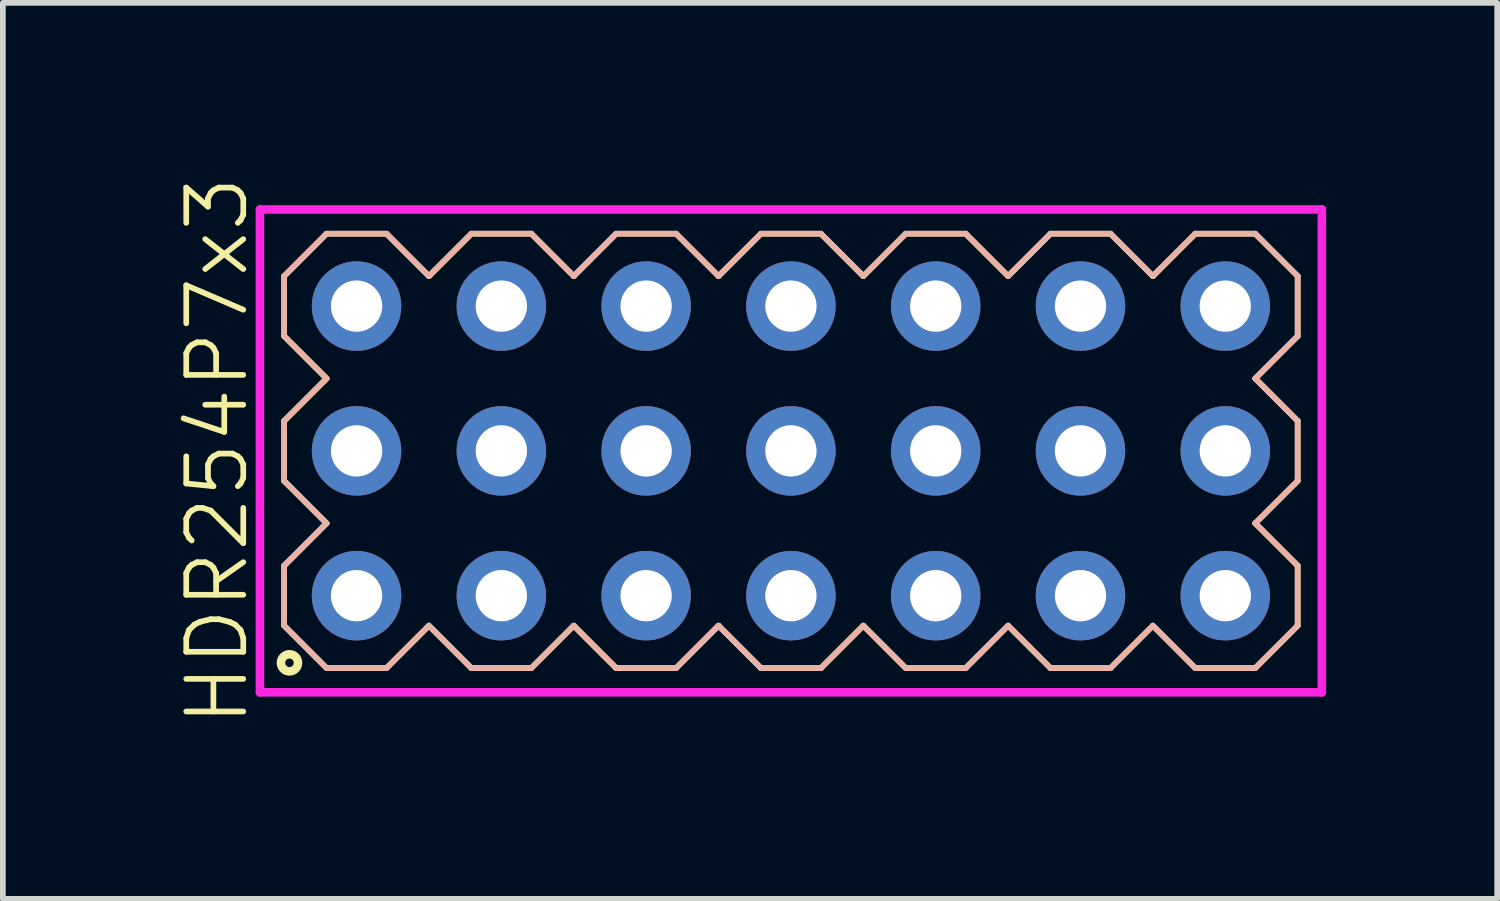
<source format=kicad_pcb>
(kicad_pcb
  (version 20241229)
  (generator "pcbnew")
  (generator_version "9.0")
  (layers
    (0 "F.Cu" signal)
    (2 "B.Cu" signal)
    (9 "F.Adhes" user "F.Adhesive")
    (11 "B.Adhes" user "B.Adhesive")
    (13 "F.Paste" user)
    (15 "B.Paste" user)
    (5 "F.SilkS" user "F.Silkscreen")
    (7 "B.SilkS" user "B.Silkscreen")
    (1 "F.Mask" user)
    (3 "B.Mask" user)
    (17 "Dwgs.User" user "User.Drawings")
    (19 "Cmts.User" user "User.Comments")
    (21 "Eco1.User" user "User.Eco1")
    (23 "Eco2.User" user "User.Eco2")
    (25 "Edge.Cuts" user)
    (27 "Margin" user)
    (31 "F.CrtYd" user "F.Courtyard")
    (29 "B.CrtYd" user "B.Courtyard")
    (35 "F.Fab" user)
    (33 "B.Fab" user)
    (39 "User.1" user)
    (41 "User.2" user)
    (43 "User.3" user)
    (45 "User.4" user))
  (footprint "HDR254P7x3"
    (layer "F.Cu")
    (at 10.825 4.86)
    (property "Reference" "HDR254P7x3" (at -10.065 0 90) (layer "F.SilkS") (effects (font (size 1 1) (thickness 0.1))))
    (attr through_hole)
    (fp_line (start -8.89 -3.066) (end -8.146 -3.81) (stroke (width 0.1) (type solid)) (layer "F.SilkS"))
    (fp_line (start -8.89 -2.014) (end -8.89 -3.066) (stroke (width 0.1) (type solid)) (layer "F.SilkS"))
    (fp_line (start -8.89 -0.526) (end -8.146 -1.27) (stroke (width 0.1) (type solid)) (layer "F.SilkS"))
    (fp_line (start -8.89 0.526) (end -8.89 -0.526) (stroke (width 0.1) (type solid)) (layer "F.SilkS"))
    (fp_line (start -8.89 2.014) (end -8.146 1.27) (stroke (width 0.1) (type solid)) (layer "F.SilkS"))
    (fp_line (start -8.89 3.066) (end -8.89 2.014) (stroke (width 0.1) (type solid)) (layer "F.SilkS"))
    (fp_line (start -8.146 -3.81) (end -7.094 -3.81) (stroke (width 0.1) (type solid)) (layer "F.SilkS"))
    (fp_line (start -8.146 -1.27) (end -8.89 -2.014) (stroke (width 0.1) (type solid)) (layer "F.SilkS"))
    (fp_line (start -8.146 1.27) (end -8.89 0.526) (stroke (width 0.1) (type solid)) (layer "F.SilkS"))
    (fp_line (start -8.146 3.81) (end -8.89 3.066) (stroke (width 0.1) (type solid)) (layer "F.SilkS"))
    (fp_line (start -7.094 -3.81) (end -6.35 -3.066) (stroke (width 0.1) (type solid)) (layer "F.SilkS"))
    (fp_line (start -7.094 3.81) (end -8.146 3.81) (stroke (width 0.1) (type solid)) (layer "F.SilkS"))
    (fp_line (start -6.35 -3.066) (end -5.606 -3.81) (stroke (width 0.1) (type solid)) (layer "F.SilkS"))
    (fp_line (start -6.35 3.066) (end -7.094 3.81) (stroke (width 0.1) (type solid)) (layer "F.SilkS"))
    (fp_line (start -5.606 -3.81) (end -4.554 -3.81) (stroke (width 0.1) (type solid)) (layer "F.SilkS"))
    (fp_line (start -5.606 3.81) (end -6.35 3.066) (stroke (width 0.1) (type solid)) (layer "F.SilkS"))
    (fp_line (start -4.554 -3.81) (end -3.81 -3.066) (stroke (width 0.1) (type solid)) (layer "F.SilkS"))
    (fp_line (start -4.554 3.81) (end -5.606 3.81) (stroke (width 0.1) (type solid)) (layer "F.SilkS"))
    (fp_line (start -3.81 -3.066) (end -3.066 -3.81) (stroke (width 0.1) (type solid)) (layer "F.SilkS"))
    (fp_line (start -3.81 3.066) (end -4.554 3.81) (stroke (width 0.1) (type solid)) (layer "F.SilkS"))
    (fp_line (start -3.066 -3.81) (end -2.014 -3.81) (stroke (width 0.1) (type solid)) (layer "F.SilkS"))
    (fp_line (start -3.066 3.81) (end -3.81 3.066) (stroke (width 0.1) (type solid)) (layer "F.SilkS"))
    (fp_line (start -2.014 -3.81) (end -1.27 -3.066) (stroke (width 0.1) (type solid)) (layer "F.SilkS"))
    (fp_line (start -2.014 3.81) (end -3.066 3.81) (stroke (width 0.1) (type solid)) (layer "F.SilkS"))
    (fp_line (start -1.27 -3.066) (end -0.526 -3.81) (stroke (width 0.1) (type solid)) (layer "F.SilkS"))
    (fp_line (start -1.27 3.066) (end -2.014 3.81) (stroke (width 0.1) (type solid)) (layer "F.SilkS"))
    (fp_line (start -0.526 -3.81) (end 0.526 -3.81) (stroke (width 0.1) (type solid)) (layer "F.SilkS"))
    (fp_line (start -0.526 3.81) (end -1.27 3.066) (stroke (width 0.1) (type solid)) (layer "F.SilkS"))
    (fp_line (start 0.526 -3.81) (end 1.27 -3.066) (stroke (width 0.1) (type solid)) (layer "F.SilkS"))
    (fp_line (start 0.526 3.81) (end -0.526 3.81) (stroke (width 0.1) (type solid)) (layer "F.SilkS"))
    (fp_line (start 1.27 -3.066) (end 2.014 -3.81) (stroke (width 0.1) (type solid)) (layer "F.SilkS"))
    (fp_line (start 1.27 3.066) (end 0.526 3.81) (stroke (width 0.1) (type solid)) (layer "F.SilkS"))
    (fp_line (start 2.014 -3.81) (end 3.066 -3.81) (stroke (width 0.1) (type solid)) (layer "F.SilkS"))
    (fp_line (start 2.014 3.81) (end 1.27 3.066) (stroke (width 0.1) (type solid)) (layer "F.SilkS"))
    (fp_line (start 3.066 -3.81) (end 3.81 -3.066) (stroke (width 0.1) (type solid)) (layer "F.SilkS"))
    (fp_line (start 3.066 3.81) (end 2.014 3.81) (stroke (width 0.1) (type solid)) (layer "F.SilkS"))
    (fp_line (start 3.81 -3.066) (end 4.554 -3.81) (stroke (width 0.1) (type solid)) (layer "F.SilkS"))
    (fp_line (start 3.81 3.066) (end 3.066 3.81) (stroke (width 0.1) (type solid)) (layer "F.SilkS"))
    (fp_line (start 4.554 -3.81) (end 5.606 -3.81) (stroke (width 0.1) (type solid)) (layer "F.SilkS"))
    (fp_line (start 4.554 3.81) (end 3.81 3.066) (stroke (width 0.1) (type solid)) (layer "F.SilkS"))
    (fp_line (start 5.606 -3.81) (end 6.35 -3.066) (stroke (width 0.1) (type solid)) (layer "F.SilkS"))
    (fp_line (start 5.606 3.81) (end 4.554 3.81) (stroke (width 0.1) (type solid)) (layer "F.SilkS"))
    (fp_line (start 6.35 -3.066) (end 7.094 -3.81) (stroke (width 0.1) (type solid)) (layer "F.SilkS"))
    (fp_line (start 6.35 3.066) (end 5.606 3.81) (stroke (width 0.1) (type solid)) (layer "F.SilkS"))
    (fp_line (start 7.094 -3.81) (end 8.146 -3.81) (stroke (width 0.1) (type solid)) (layer "F.SilkS"))
    (fp_line (start 7.094 3.81) (end 6.35 3.066) (stroke (width 0.1) (type solid)) (layer "F.SilkS"))
    (fp_line (start 8.146 -3.81) (end 8.89 -3.066) (stroke (width 0.1) (type solid)) (layer "F.SilkS"))
    (fp_line (start 8.146 -1.27) (end 8.89 -0.526) (stroke (width 0.1) (type solid)) (layer "F.SilkS"))
    (fp_line (start 8.146 1.27) (end 8.89 2.014) (stroke (width 0.1) (type solid)) (layer "F.SilkS"))
    (fp_line (start 8.146 3.81) (end 7.094 3.81) (stroke (width 0.1) (type solid)) (layer "F.SilkS"))
    (fp_line (start 8.89 -3.066) (end 8.89 -2.014) (stroke (width 0.1) (type solid)) (layer "F.SilkS"))
    (fp_line (start 8.89 -2.014) (end 8.146 -1.27) (stroke (width 0.1) (type solid)) (layer "F.SilkS"))
    (fp_line (start 8.89 -0.526) (end 8.89 0.526) (stroke (width 0.1) (type solid)) (layer "F.SilkS"))
    (fp_line (start 8.89 0.526) (end 8.146 1.27) (stroke (width 0.1) (type solid)) (layer "F.SilkS"))
    (fp_line (start 8.89 2.014) (end 8.89 3.066) (stroke (width 0.1) (type solid)) (layer "F.SilkS"))
    (fp_line (start 8.89 3.066) (end 8.146 3.81) (stroke (width 0.1) (type solid)) (layer "F.SilkS"))
    (fp_circle (center -8.797 3.718) (end -8.647 3.718) (stroke (width 0.15) (type solid)) (fill no) (layer "F.SilkS"))
    (fp_line (start -8.89 -3.066) (end -8.146 -3.81) (stroke (width 0.1) (type solid)) (layer "B.SilkS"))
    (fp_line (start -8.89 -2.014) (end -8.89 -3.066) (stroke (width 0.1) (type solid)) (layer "B.SilkS"))
    (fp_line (start -8.89 -0.526) (end -8.146 -1.27) (stroke (width 0.1) (type solid)) (layer "B.SilkS"))
    (fp_line (start -8.89 0.526) (end -8.89 -0.526) (stroke (width 0.1) (type solid)) (layer "B.SilkS"))
    (fp_line (start -8.89 2.014) (end -8.146 1.27) (stroke (width 0.1) (type solid)) (layer "B.SilkS"))
    (fp_line (start -8.89 3.066) (end -8.89 2.014) (stroke (width 0.1) (type solid)) (layer "B.SilkS"))
    (fp_line (start -8.146 -3.81) (end -7.094 -3.81) (stroke (width 0.1) (type solid)) (layer "B.SilkS"))
    (fp_line (start -8.146 -1.27) (end -8.89 -2.014) (stroke (width 0.1) (type solid)) (layer "B.SilkS"))
    (fp_line (start -8.146 1.27) (end -8.89 0.526) (stroke (width 0.1) (type solid)) (layer "B.SilkS"))
    (fp_line (start -8.146 3.81) (end -8.89 3.066) (stroke (width 0.1) (type solid)) (layer "B.SilkS"))
    (fp_line (start -7.094 -3.81) (end -6.35 -3.066) (stroke (width 0.1) (type solid)) (layer "B.SilkS"))
    (fp_line (start -7.094 3.81) (end -8.146 3.81) (stroke (width 0.1) (type solid)) (layer "B.SilkS"))
    (fp_line (start -6.35 -3.066) (end -5.606 -3.81) (stroke (width 0.1) (type solid)) (layer "B.SilkS"))
    (fp_line (start -6.35 3.066) (end -7.094 3.81) (stroke (width 0.1) (type solid)) (layer "B.SilkS"))
    (fp_line (start -5.606 -3.81) (end -4.554 -3.81) (stroke (width 0.1) (type solid)) (layer "B.SilkS"))
    (fp_line (start -5.606 3.81) (end -6.35 3.066) (stroke (width 0.1) (type solid)) (layer "B.SilkS"))
    (fp_line (start -4.554 -3.81) (end -3.81 -3.066) (stroke (width 0.1) (type solid)) (layer "B.SilkS"))
    (fp_line (start -4.554 3.81) (end -5.606 3.81) (stroke (width 0.1) (type solid)) (layer "B.SilkS"))
    (fp_line (start -3.81 -3.066) (end -3.066 -3.81) (stroke (width 0.1) (type solid)) (layer "B.SilkS"))
    (fp_line (start -3.81 3.066) (end -4.554 3.81) (stroke (width 0.1) (type solid)) (layer "B.SilkS"))
    (fp_line (start -3.066 -3.81) (end -2.014 -3.81) (stroke (width 0.1) (type solid)) (layer "B.SilkS"))
    (fp_line (start -3.066 3.81) (end -3.81 3.066) (stroke (width 0.1) (type solid)) (layer "B.SilkS"))
    (fp_line (start -2.014 -3.81) (end -1.27 -3.066) (stroke (width 0.1) (type solid)) (layer "B.SilkS"))
    (fp_line (start -2.014 3.81) (end -3.066 3.81) (stroke (width 0.1) (type solid)) (layer "B.SilkS"))
    (fp_line (start -1.27 -3.066) (end -0.526 -3.81) (stroke (width 0.1) (type solid)) (layer "B.SilkS"))
    (fp_line (start -1.27 3.066) (end -2.014 3.81) (stroke (width 0.1) (type solid)) (layer "B.SilkS"))
    (fp_line (start -0.526 -3.81) (end 0.526 -3.81) (stroke (width 0.1) (type solid)) (layer "B.SilkS"))
    (fp_line (start -0.526 3.81) (end -1.27 3.066) (stroke (width 0.1) (type solid)) (layer "B.SilkS"))
    (fp_line (start 0.526 -3.81) (end 1.27 -3.066) (stroke (width 0.1) (type solid)) (layer "B.SilkS"))
    (fp_line (start 0.526 3.81) (end -0.526 3.81) (stroke (width 0.1) (type solid)) (layer "B.SilkS"))
    (fp_line (start 1.27 -3.066) (end 2.014 -3.81) (stroke (width 0.1) (type solid)) (layer "B.SilkS"))
    (fp_line (start 1.27 3.066) (end 0.526 3.81) (stroke (width 0.1) (type solid)) (layer "B.SilkS"))
    (fp_line (start 2.014 -3.81) (end 3.066 -3.81) (stroke (width 0.1) (type solid)) (layer "B.SilkS"))
    (fp_line (start 2.014 3.81) (end 1.27 3.066) (stroke (width 0.1) (type solid)) (layer "B.SilkS"))
    (fp_line (start 3.066 -3.81) (end 3.81 -3.066) (stroke (width 0.1) (type solid)) (layer "B.SilkS"))
    (fp_line (start 3.066 3.81) (end 2.014 3.81) (stroke (width 0.1) (type solid)) (layer "B.SilkS"))
    (fp_line (start 3.81 -3.066) (end 4.554 -3.81) (stroke (width 0.1) (type solid)) (layer "B.SilkS"))
    (fp_line (start 3.81 3.066) (end 3.066 3.81) (stroke (width 0.1) (type solid)) (layer "B.SilkS"))
    (fp_line (start 4.554 -3.81) (end 5.606 -3.81) (stroke (width 0.1) (type solid)) (layer "B.SilkS"))
    (fp_line (start 4.554 3.81) (end 3.81 3.066) (stroke (width 0.1) (type solid)) (layer "B.SilkS"))
    (fp_line (start 5.606 -3.81) (end 6.35 -3.066) (stroke (width 0.1) (type solid)) (layer "B.SilkS"))
    (fp_line (start 5.606 3.81) (end 4.554 3.81) (stroke (width 0.1) (type solid)) (layer "B.SilkS"))
    (fp_line (start 6.35 -3.066) (end 7.094 -3.81) (stroke (width 0.1) (type solid)) (layer "B.SilkS"))
    (fp_line (start 6.35 3.066) (end 5.606 3.81) (stroke (width 0.1) (type solid)) (layer "B.SilkS"))
    (fp_line (start 7.094 -3.81) (end 8.146 -3.81) (stroke (width 0.1) (type solid)) (layer "B.SilkS"))
    (fp_line (start 7.094 3.81) (end 6.35 3.066) (stroke (width 0.1) (type solid)) (layer "B.SilkS"))
    (fp_line (start 8.146 -3.81) (end 8.89 -3.066) (stroke (width 0.1) (type solid)) (layer "B.SilkS"))
    (fp_line (start 8.146 -1.27) (end 8.89 -0.526) (stroke (width 0.1) (type solid)) (layer "B.SilkS"))
    (fp_line (start 8.146 1.27) (end 8.89 2.014) (stroke (width 0.1) (type solid)) (layer "B.SilkS"))
    (fp_line (start 8.146 3.81) (end 7.094 3.81) (stroke (width 0.1) (type solid)) (layer "B.SilkS"))
    (fp_line (start 8.89 -3.066) (end 8.89 -2.014) (stroke (width 0.1) (type solid)) (layer "B.SilkS"))
    (fp_line (start 8.89 -2.014) (end 8.146 -1.27) (stroke (width 0.1) (type solid)) (layer "B.SilkS"))
    (fp_line (start 8.89 -0.526) (end 8.89 0.526) (stroke (width 0.1) (type solid)) (layer "B.SilkS"))
    (fp_line (start 8.89 0.526) (end 8.146 1.27) (stroke (width 0.1) (type solid)) (layer "B.SilkS"))
    (fp_line (start 8.89 2.014) (end 8.89 3.066) (stroke (width 0.1) (type solid)) (layer "B.SilkS"))
    (fp_line (start 8.89 3.066) (end 8.146 3.81) (stroke (width 0.1) (type solid)) (layer "B.SilkS"))
    (fp_line (start -9.315 -4.235) (end -9.315 4.235) (stroke (width 0.15) (type solid)) (layer "F.CrtYd"))
    (fp_line (start -9.315 4.235) (end 9.315 4.235) (stroke (width 0.15) (type solid)) (layer "F.CrtYd"))
    (fp_line (start 9.315 -4.235) (end -9.315 -4.235) (stroke (width 0.15) (type solid)) (layer "F.CrtYd"))
    (fp_line (start 9.315 4.235) (end 9.315 -4.235) (stroke (width 0.15) (type solid)) (layer "F.CrtYd"))
    (pad "1" thru_hole oval (at -7.62 2.54) (size 1.57 1.57) (drill 0.9) (layers "*.Cu" "*.Mask"))
    (pad "2" thru_hole oval (at -7.62 0) (size 1.57 1.57) (drill 0.9) (layers "*.Cu" "*.Mask"))
    (pad "3" thru_hole oval (at -7.62 -2.54) (size 1.57 1.57) (drill 0.9) (layers "*.Cu" "*.Mask"))
    (pad "4" thru_hole oval (at -5.08 2.54) (size 1.57 1.57) (drill 0.9) (layers "*.Cu" "*.Mask"))
    (pad "5" thru_hole oval (at -5.08 0) (size 1.57 1.57) (drill 0.9) (layers "*.Cu" "*.Mask"))
    (pad "6" thru_hole oval (at -5.08 -2.54) (size 1.57 1.57) (drill 0.9) (layers "*.Cu" "*.Mask"))
    (pad "7" thru_hole oval (at -2.54 2.54) (size 1.57 1.57) (drill 0.9) (layers "*.Cu" "*.Mask"))
    (pad "8" thru_hole oval (at -2.54 0) (size 1.57 1.57) (drill 0.9) (layers "*.Cu" "*.Mask"))
    (pad "9" thru_hole oval (at -2.54 -2.54) (size 1.57 1.57) (drill 0.9) (layers "*.Cu" "*.Mask"))
    (pad "10" thru_hole oval (at 0 2.54) (size 1.57 1.57) (drill 0.9) (layers "*.Cu" "*.Mask"))
    (pad "11" thru_hole oval (at 0 0) (size 1.57 1.57) (drill 0.9) (layers "*.Cu" "*.Mask"))
    (pad "12" thru_hole oval (at 0 -2.54) (size 1.57 1.57) (drill 0.9) (layers "*.Cu" "*.Mask"))
    (pad "13" thru_hole oval (at 2.54 2.54) (size 1.57 1.57) (drill 0.9) (layers "*.Cu" "*.Mask"))
    (pad "14" thru_hole oval (at 2.54 0) (size 1.57 1.57) (drill 0.9) (layers "*.Cu" "*.Mask"))
    (pad "15" thru_hole oval (at 2.54 -2.54) (size 1.57 1.57) (drill 0.9) (layers "*.Cu" "*.Mask"))
    (pad "16" thru_hole oval (at 5.08 2.54) (size 1.57 1.57) (drill 0.9) (layers "*.Cu" "*.Mask"))
    (pad "17" thru_hole oval (at 5.08 0) (size 1.57 1.57) (drill 0.9) (layers "*.Cu" "*.Mask"))
    (pad "18" thru_hole oval (at 5.08 -2.54) (size 1.57 1.57) (drill 0.9) (layers "*.Cu" "*.Mask"))
    (pad "19" thru_hole oval (at 7.62 2.54) (size 1.57 1.57) (drill 0.9) (layers "*.Cu" "*.Mask"))
    (pad "20" thru_hole oval (at 7.62 0) (size 1.57 1.57) (drill 0.9) (layers "*.Cu" "*.Mask"))
    (pad "21" thru_hole oval (at 7.62 -2.54) (size 1.57 1.57) (drill 0.9) (layers "*.Cu" "*.Mask")))
  (gr_rect
    (start -3 -3)
    (end 23.215 12.719)
    (stroke (width 0.1) (type default))
    (fill no)
    (layer "Edge.Cuts")))
</source>
